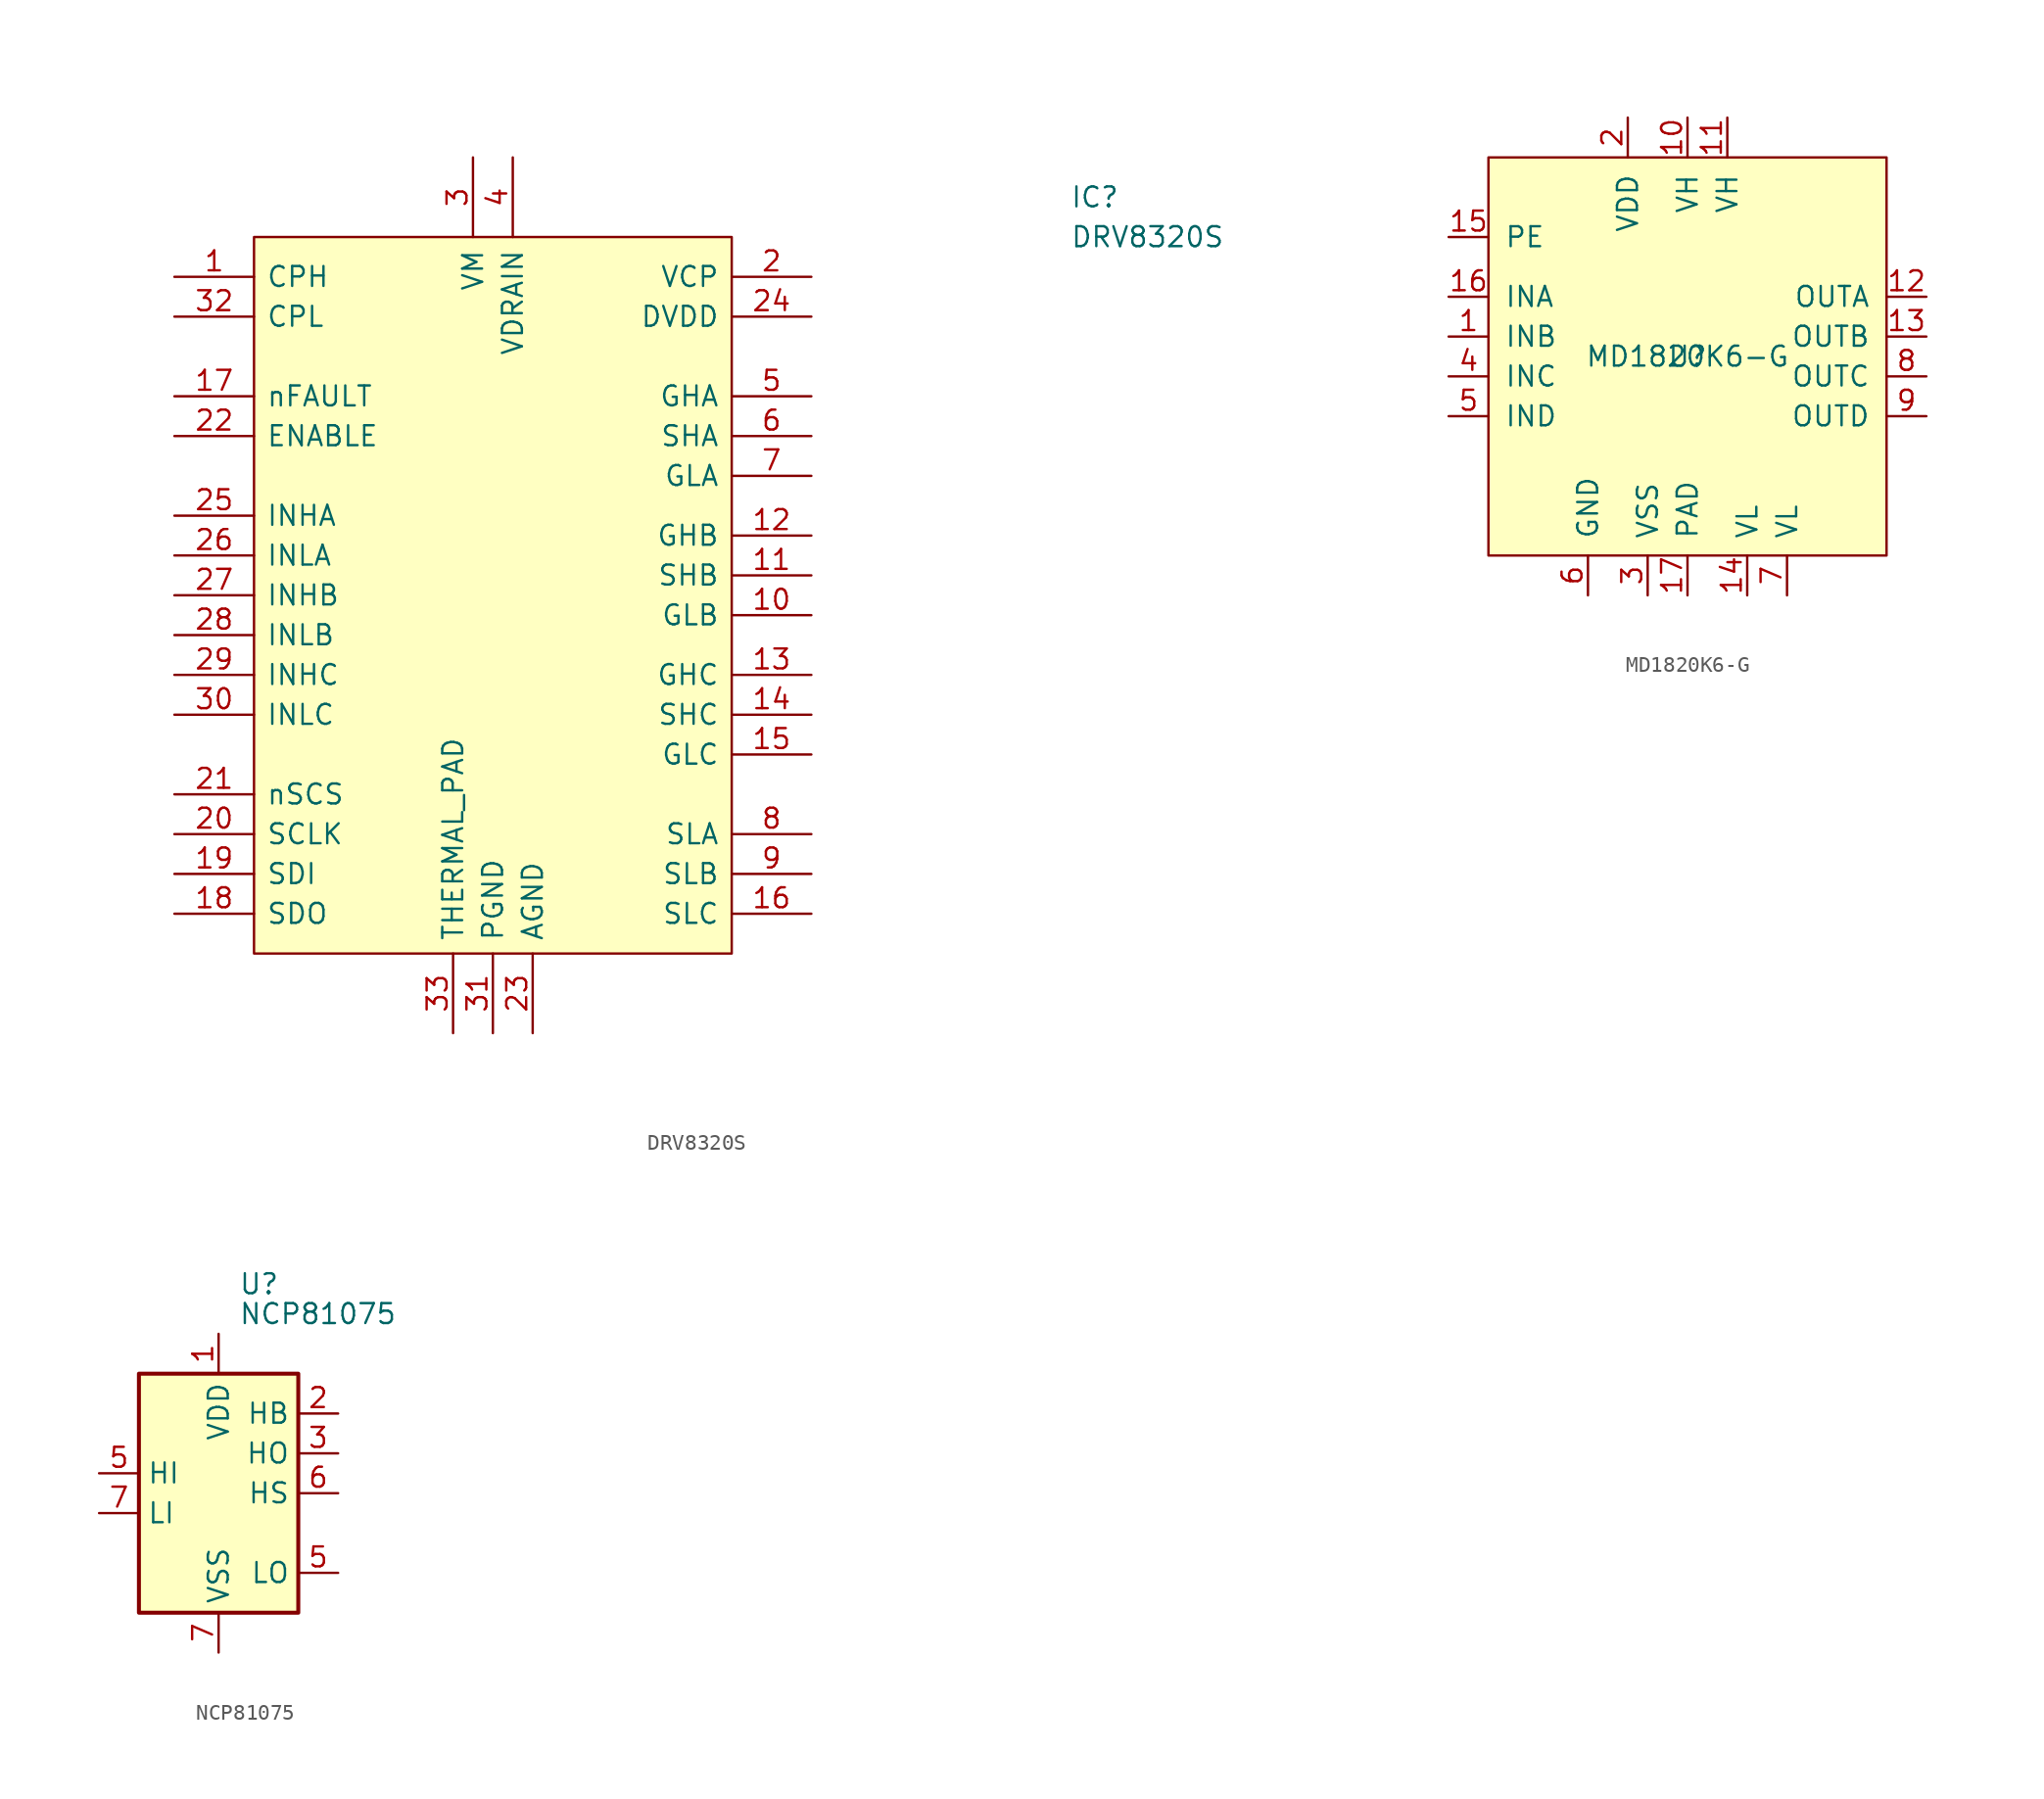
<source format=kicad_sym>
(kicad_symbol_lib
  (version 20211014)
  (generator kicad_symbol_editor)
  (symbol "DRV8320S"
    (pin_names
      (offset 0.762))
    (property "Reference" "IC"
      (at 36.83 25.4 0)
      (effects (font (size 1.27 1.27)) (justify left)))
    (property "Value" "DRV8320S"
      (at 36.83 22.86 0)
      (effects (font (size 1.27 1.27)) (justify left)))
    (symbol "DRV8320S_0_0"
      (pin passive line (at -20.32 20.32 0) (length 5.08) (name "CPH" (effects (font (size 1.27 1.27)))) (number "1" (effects (font (size 1.27 1.27)))))
      (pin output line (at 20.32 -1.27 180) (length 5.08) (name "GLB" (effects (font (size 1.27 1.27)))) (number "10" (effects (font (size 1.27 1.27)))))
      (pin input line (at 20.32 1.27 180) (length 5.08) (name "SHB" (effects (font (size 1.27 1.27)))) (number "11" (effects (font (size 1.27 1.27)))))
      (pin output line (at 20.32 3.81 180) (length 5.08) (name "GHB" (effects (font (size 1.27 1.27)))) (number "12" (effects (font (size 1.27 1.27)))))
      (pin output line (at 20.32 -5.08 180) (length 5.08) (name "GHC" (effects (font (size 1.27 1.27)))) (number "13" (effects (font (size 1.27 1.27)))))
      (pin input line (at 20.32 -7.62 180) (length 5.08) (name "SHC" (effects (font (size 1.27 1.27)))) (number "14" (effects (font (size 1.27 1.27)))))
      (pin output line (at 20.32 -10.16 180) (length 5.08) (name "GLC" (effects (font (size 1.27 1.27)))) (number "15" (effects (font (size 1.27 1.27)))))
      (pin input line (at 20.32 -20.32 180) (length 5.08) (name "SLC" (effects (font (size 1.27 1.27)))) (number "16" (effects (font (size 1.27 1.27)))))
      (pin input line (at -20.32 12.7 0) (length 5.08) (name "nFAULT" (effects (font (size 1.27 1.27)))) (number "17" (effects (font (size 1.27 1.27)))))
      (pin output line (at -20.32 -20.32 0) (length 5.08) (name "SDO" (effects (font (size 1.27 1.27)))) (number "18" (effects (font (size 1.27 1.27)))))
      (pin input line (at -20.32 -17.78 0) (length 5.08) (name "SDI" (effects (font (size 1.27 1.27)))) (number "19" (effects (font (size 1.27 1.27)))))
      (pin passive line (at 20.32 20.32 180) (length 5.08) (name "VCP" (effects (font (size 1.27 1.27)))) (number "2" (effects (font (size 1.27 1.27)))))
      (pin input line (at -20.32 -15.24 0) (length 5.08) (name "SCLK" (effects (font (size 1.27 1.27)))) (number "20" (effects (font (size 1.27 1.27)))))
      (pin input line (at -20.32 -12.7 0) (length 5.08) (name "nSCS" (effects (font (size 1.27 1.27)))) (number "21" (effects (font (size 1.27 1.27)))))
      (pin input line (at -20.32 10.16 0) (length 5.08) (name "ENABLE" (effects (font (size 1.27 1.27)))) (number "22" (effects (font (size 1.27 1.27)))))
      (pin power_in line (at 2.54 -27.94 90) (length 5.08) (name "AGND" (effects (font (size 1.27 1.27)))) (number "23" (effects (font (size 1.27 1.27)))))
      (pin power_out line (at 20.32 17.78 180) (length 5.08) (name "DVDD" (effects (font (size 1.27 1.27)))) (number "24" (effects (font (size 1.27 1.27)))))
      (pin input line (at -20.32 5.08 0) (length 5.08) (name "INHA" (effects (font (size 1.27 1.27)))) (number "25" (effects (font (size 1.27 1.27)))))
      (pin input line (at -20.32 2.54 0) (length 5.08) (name "INLA" (effects (font (size 1.27 1.27)))) (number "26" (effects (font (size 1.27 1.27)))))
      (pin input line (at -20.32 0 0) (length 5.08) (name "INHB" (effects (font (size 1.27 1.27)))) (number "27" (effects (font (size 1.27 1.27)))))
      (pin input line (at -20.32 -2.54 0) (length 5.08) (name "INLB" (effects (font (size 1.27 1.27)))) (number "28" (effects (font (size 1.27 1.27)))))
      (pin input line (at -20.32 -5.08 0) (length 5.08) (name "INHC" (effects (font (size 1.27 1.27)))) (number "29" (effects (font (size 1.27 1.27)))))
      (pin power_in line (at -1.27 27.94 270) (length 5.08) (name "VM" (effects (font (size 1.27 1.27)))) (number "3" (effects (font (size 1.27 1.27)))))
      (pin input line (at -20.32 -7.62 0) (length 5.08) (name "INLC" (effects (font (size 1.27 1.27)))) (number "30" (effects (font (size 1.27 1.27)))))
      (pin power_in line (at 0 -27.94 90) (length 5.08) (name "PGND" (effects (font (size 1.27 1.27)))) (number "31" (effects (font (size 1.27 1.27)))))
      (pin passive line (at -20.32 17.78 0) (length 5.08) (name "CPL" (effects (font (size 1.27 1.27)))) (number "32" (effects (font (size 1.27 1.27)))))
      (pin power_in line (at -2.54 -27.94 90) (length 5.08) (name "THERMAL_PAD" (effects (font (size 1.27 1.27)))) (number "33" (effects (font (size 1.27 1.27)))))
      (pin input line (at 1.27 27.94 270) (length 5.08) (name "VDRAIN" (effects (font (size 1.27 1.27)))) (number "4" (effects (font (size 1.27 1.27)))))
      (pin output line (at 20.32 12.7 180) (length 5.08) (name "GHA" (effects (font (size 1.27 1.27)))) (number "5" (effects (font (size 1.27 1.27)))))
      (pin input line (at 20.32 10.16 180) (length 5.08) (name "SHA" (effects (font (size 1.27 1.27)))) (number "6" (effects (font (size 1.27 1.27)))))
      (pin output line (at 20.32 7.62 180) (length 5.08) (name "GLA" (effects (font (size 1.27 1.27)))) (number "7" (effects (font (size 1.27 1.27)))))
      (pin input line (at 20.32 -15.24 180) (length 5.08) (name "SLA" (effects (font (size 1.27 1.27)))) (number "8" (effects (font (size 1.27 1.27)))))
      (pin input line (at 20.32 -17.78 180) (length 5.08) (name "SLB" (effects (font (size 1.27 1.27)))) (number "9" (effects (font (size 1.27 1.27))))))
    (symbol "DRV8320S_1_1"
      (rectangle (start -15.24 22.86) (end 15.24 -22.86) (stroke (width 0.152) (type default) (color 0 0 0 0)) (fill (type background)))))
  (symbol "MD1820K6-G"
    (pin_names
      (offset 1.016))
    (property "Reference" "U"
      (at 0 0 0)
      (effects (font (size 1.27 1.27))))
    (property "Value" "MD1820K6-G"
      (at 0 0 0)
      (effects (font (size 1.27 1.27))))
    (symbol "MD1820K6-G_0_1"
      (rectangle (start -12.7 12.7) (end 12.7 -12.7) (stroke (width 0) (type default) (color 0 0 0 0)) (fill (type background))))
    (symbol "MD1820K6-G_1_1"
      (pin input line (at -15.24 1.27 0) (length 2.54) (name "INB" (effects (font (size 1.27 1.27)))) (number "1" (effects (font (size 1.27 1.27)))))
      (pin power_in line (at 0 15.24 270) (length 2.54) (name "VH" (effects (font (size 1.27 1.27)))) (number "10" (effects (font (size 1.27 1.27)))))
      (pin power_in line (at 2.54 15.24 270) (length 2.54) (name "VH" (effects (font (size 1.27 1.27)))) (number "11" (effects (font (size 1.27 1.27)))))
      (pin output line (at 15.24 3.81 180) (length 2.54) (name "OUTA" (effects (font (size 1.27 1.27)))) (number "12" (effects (font (size 1.27 1.27)))))
      (pin output line (at 15.24 1.27 180) (length 2.54) (name "OUTB" (effects (font (size 1.27 1.27)))) (number "13" (effects (font (size 1.27 1.27)))))
      (pin power_in line (at 3.81 -15.24 90) (length 2.54) (name "VL" (effects (font (size 1.27 1.27)))) (number "14" (effects (font (size 1.27 1.27)))))
      (pin input line (at -15.24 7.62 0) (length 2.54) (name "PE" (effects (font (size 1.27 1.27)))) (number "15" (effects (font (size 1.27 1.27)))))
      (pin input line (at -15.24 3.81 0) (length 2.54) (name "INA" (effects (font (size 1.27 1.27)))) (number "16" (effects (font (size 1.27 1.27)))))
      (pin power_in line (at 0 -15.24 90) (length 2.54) (name "PAD" (effects (font (size 1.27 1.27)))) (number "17" (effects (font (size 1.27 1.27)))))
      (pin power_in line (at -3.81 15.24 270) (length 2.54) (name "VDD" (effects (font (size 1.27 1.27)))) (number "2" (effects (font (size 1.27 1.27)))))
      (pin power_in line (at -2.54 -15.24 90) (length 2.54) (name "VSS" (effects (font (size 1.27 1.27)))) (number "3" (effects (font (size 1.27 1.27)))))
      (pin input line (at -15.24 -1.27 0) (length 2.54) (name "INC" (effects (font (size 1.27 1.27)))) (number "4" (effects (font (size 1.27 1.27)))))
      (pin input line (at -15.24 -3.81 0) (length 2.54) (name "IND" (effects (font (size 1.27 1.27)))) (number "5" (effects (font (size 1.27 1.27)))))
      (pin power_in line (at -6.35 -15.24 90) (length 2.54) (name "GND" (effects (font (size 1.27 1.27)))) (number "6" (effects (font (size 1.27 1.27)))))
      (pin power_in line (at 6.35 -15.24 90) (length 2.54) (name "VL" (effects (font (size 1.27 1.27)))) (number "7" (effects (font (size 1.27 1.27)))))
      (pin output line (at 15.24 -1.27 180) (length 2.54) (name "OUTC" (effects (font (size 1.27 1.27)))) (number "8" (effects (font (size 1.27 1.27)))))
      (pin output line (at 15.24 -3.81 180) (length 2.54) (name "OUTD" (effects (font (size 1.27 1.27)))) (number "9" (effects (font (size 1.27 1.27)))))))
  (symbol "NCP81075"
    (property "Reference" "U"
      (at 1.27 13.335 0)
      (effects (font (size 1.27 1.27)) (justify left)))
    (property "Value" "NCP81075"
      (at 1.27 11.43 0)
      (effects (font (size 1.27 1.27)) (justify left)))
    (symbol "NCP81075_0_1"
      (rectangle (start -5.08 -7.62) (end 5.08 7.62) (stroke (width 0.254) (type default) (color 0 0 0 0)) (fill (type background))))
    (symbol "NCP81075_1_1"
      (pin power_in line (at 0 10.16 270) (length 2.54) (name "VDD" (effects (font (size 1.27 1.27)))) (number "1" (effects (font (size 1.27 1.27)))))
      (pin passive line (at 7.62 5.08 180) (length 2.54) (name "HB" (effects (font (size 1.27 1.27)))) (number "2" (effects (font (size 1.27 1.27)))))
      (pin output line (at 7.62 2.54 180) (length 2.54) (name "HO" (effects (font (size 1.27 1.27)))) (number "3" (effects (font (size 1.27 1.27)))))
      (pin input line (at -7.62 1.27 0) (length 2.54) (name "HI" (effects (font (size 1.27 1.27)))) (number "5" (effects (font (size 1.27 1.27)))))
      (pin output line (at 7.62 -5.08 180) (length 2.54) (name "LO" (effects (font (size 1.27 1.27)))) (number "5" (effects (font (size 1.27 1.27)))))
      (pin passive line (at 7.62 0 180) (length 2.54) (name "HS" (effects (font (size 1.27 1.27)))) (number "6" (effects (font (size 1.27 1.27)))))
      (pin input line (at -7.62 -1.27 0) (length 2.54) (name "LI" (effects (font (size 1.27 1.27)))) (number "7" (effects (font (size 1.27 1.27)))))
      (pin power_in line (at 0 -10.16 90) (length 2.54) (name "VSS" (effects (font (size 1.27 1.27)))) (number "7" (effects (font (size 1.27 1.27))))))))
</source>
